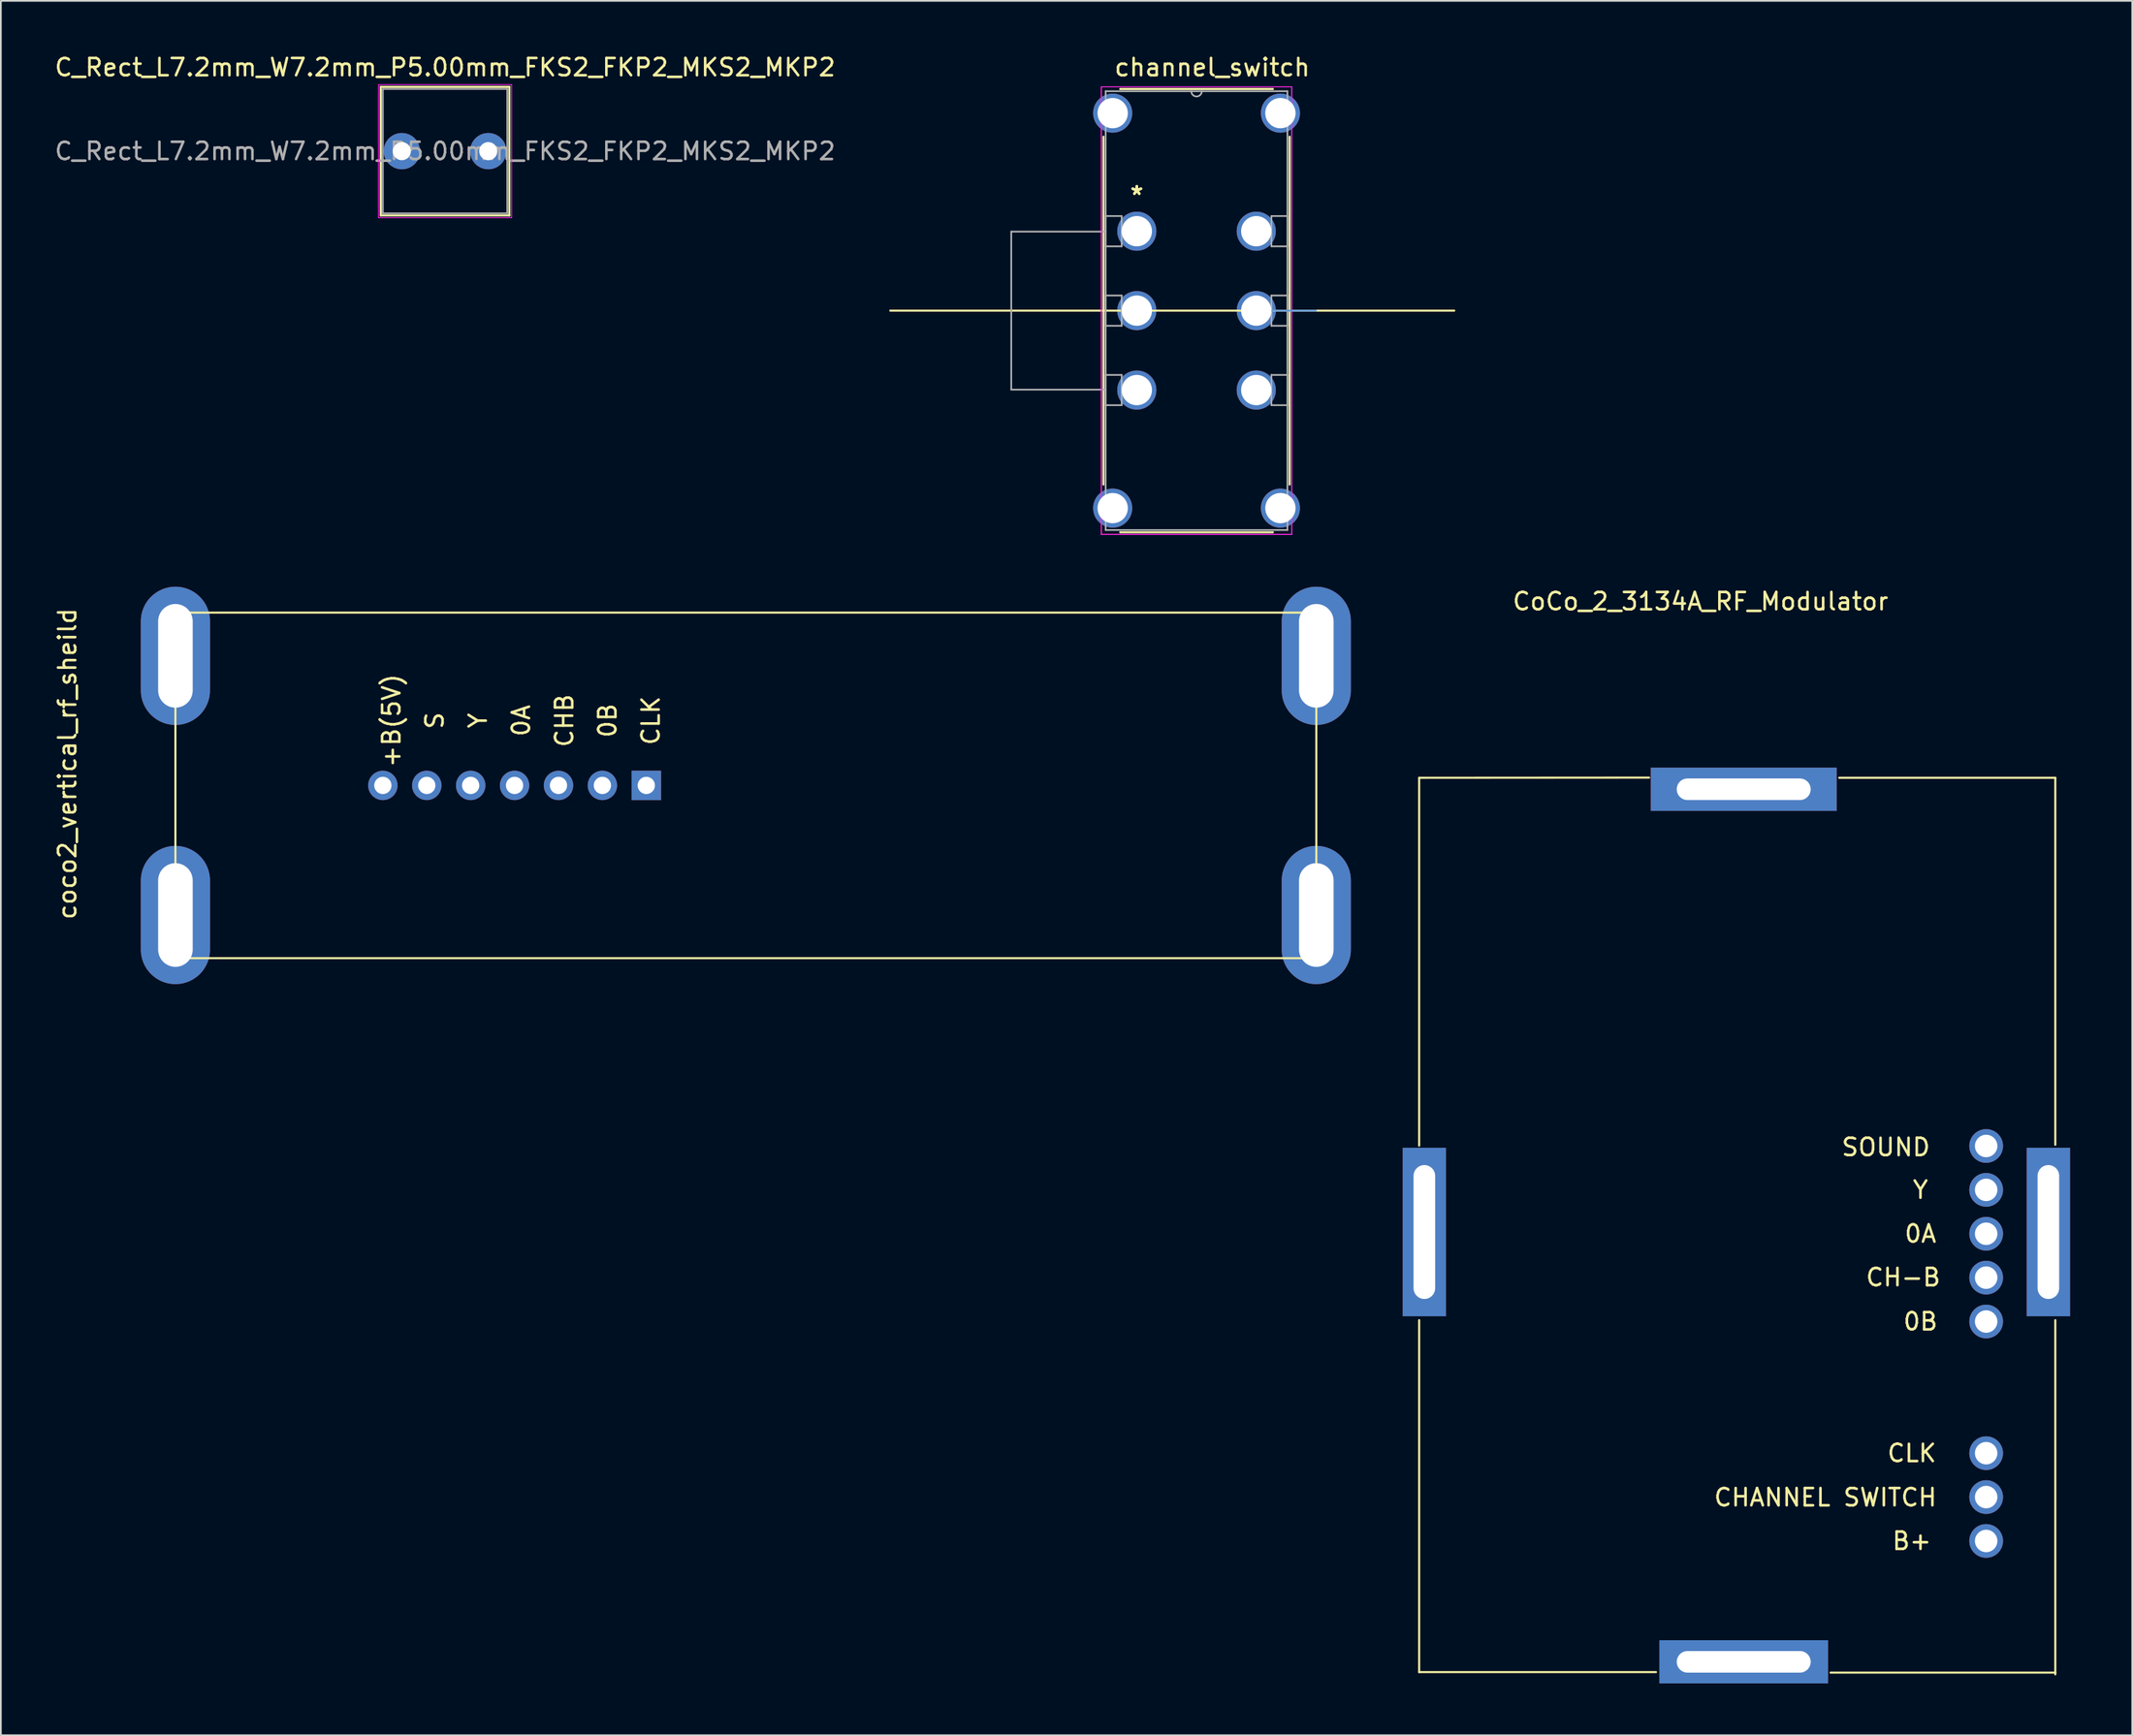
<source format=kicad_pcb>
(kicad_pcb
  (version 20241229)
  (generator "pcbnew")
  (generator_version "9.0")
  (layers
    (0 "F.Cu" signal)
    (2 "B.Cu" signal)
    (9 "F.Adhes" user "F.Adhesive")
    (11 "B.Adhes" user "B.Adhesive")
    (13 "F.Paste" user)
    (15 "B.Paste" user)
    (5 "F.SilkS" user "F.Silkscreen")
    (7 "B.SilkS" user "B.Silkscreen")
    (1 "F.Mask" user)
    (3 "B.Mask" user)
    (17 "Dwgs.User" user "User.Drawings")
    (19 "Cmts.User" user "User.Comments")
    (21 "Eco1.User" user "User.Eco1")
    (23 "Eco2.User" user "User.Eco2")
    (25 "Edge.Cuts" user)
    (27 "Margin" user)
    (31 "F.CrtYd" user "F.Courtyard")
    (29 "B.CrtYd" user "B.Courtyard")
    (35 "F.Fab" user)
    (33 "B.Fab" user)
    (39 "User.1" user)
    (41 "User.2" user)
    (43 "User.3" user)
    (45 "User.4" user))
  (footprint "coco2_vertical_rf_sheild"
    (layer "F.Cu")
    (at 7.098 32.407)
    (property "Reference" "coco2_vertical_rf_sheild" (at -6.25 8.75 90) (layer "F.SilkS") (effects (font (size 1 1) (thickness 0.15))))
    (attr through_hole)
    (fp_line (start 0 0) (end 66 0) (stroke (width 0.12) (type solid)) (layer "F.SilkS"))
    (fp_line (start 0 20) (end 0 0) (stroke (width 0.12) (type solid)) (layer "F.SilkS"))
    (fp_line (start 66 0) (end 66 20) (stroke (width 0.12) (type solid)) (layer "F.SilkS"))
    (fp_line (start 66 20) (end 0 20) (stroke (width 0.12) (type solid)) (layer "F.SilkS"))
    (fp_text user "CLK" (at 27.5 6.25 270) (layer "F.SilkS") (effects (font (size 1 1) (thickness 0.15))))
    (fp_text user "0A" (at 20 6.25 90) (layer "F.SilkS") (effects (font (size 1 1) (thickness 0.15))))
    (fp_text user "+B(5V)" (at 12.5 6.25 90) (layer "F.SilkS") (effects (font (size 1 1) (thickness 0.15))))
    (fp_text user "CHB" (at 22.5 6.25 90) (layer "F.SilkS") (effects (font (size 1 1) (thickness 0.15))))
    (fp_text user "S" (at 15 6.25 90) (layer "F.SilkS") (effects (font (size 1 1) (thickness 0.15))))
    (fp_text user "Y" (at 17.5 6.25 270) (layer "F.SilkS") (effects (font (size 1 1) (thickness 0.15))))
    (fp_text user "0B" (at 25 6.25 270) (layer "F.SilkS") (effects (font (size 1 1) (thickness 0.15))))
    (pad "1" thru_hole rect (at 27.24 10) (size 1.7 1.7) (drill 1) (layers "*.Cu" "*.Mask"))
    (pad "2" thru_hole circle (at 24.7 10) (size 1.7 1.7) (drill 1) (layers "*.Cu" "*.Mask"))
    (pad "3" thru_hole circle (at 22.16 10) (size 1.7 1.7) (drill 1) (layers "*.Cu" "*.Mask"))
    (pad "4" thru_hole circle (at 19.62 10) (size 1.7 1.7) (drill 1) (layers "*.Cu" "*.Mask"))
    (pad "5" thru_hole circle (at 17.08 10) (size 1.7 1.7) (drill 1) (layers "*.Cu" "*.Mask"))
    (pad "6" thru_hole circle (at 14.54 10) (size 1.7 1.7) (drill 1) (layers "*.Cu" "*.Mask"))
    (pad "7" thru_hole circle (at 12 10) (size 1.7 1.7) (drill 1) (layers "*.Cu" "*.Mask"))
    (pad "8" thru_hole oval (at 0 2.5 90) (size 8 4) (drill oval 6 2) (layers "*.Cu" "*.Mask"))
    (pad "8" thru_hole oval (at 0 17.5 90) (size 8 4) (drill oval 6 2) (layers "*.Cu" "*.Mask"))
    (pad "8" thru_hole oval (at 66 2.5 90) (size 8 4) (drill oval 6 2) (layers "*.Cu" "*.Mask"))
    (pad "8" thru_hole oval (at 66 17.5 90) (size 8 4) (drill oval 6 2) (layers "*.Cu" "*.Mask")))
  (footprint "channel_switch"
    (layer "F.Cu")
    (at 62.715 10.331)
    (property "Reference" "channel_switch" (at 4.363 -9.483 0) (layer "F.SilkS") (effects (font (size 1 1) (thickness 0.15))))
    (attr through_hole)
    (fp_line (start -14.262 4.597) (end 18.363 4.597) (stroke (width 0.12) (type solid)) (layer "F.SilkS"))
    (fp_line (start -1.93 -5.47) (end -1.93 14.665) (stroke (width 0.12) (type solid)) (layer "F.SilkS"))
    (fp_line (start -0.962 17.424) (end 7.871 17.424) (stroke (width 0.12) (type solid)) (layer "F.SilkS"))
    (fp_line (start 7.871 -8.23) (end -0.962 -8.23) (stroke (width 0.12) (type solid)) (layer "F.SilkS"))
    (fp_line (start 8.839 14.665) (end 8.839 -5.47) (stroke (width 0.12) (type solid)) (layer "F.SilkS"))
    (fp_line (start 6.909 4.597) (end 10.363 4.597) (stroke (width 0.1) (type solid)) (layer "Cmts.User"))
    (fp_line (start -2.057 -8.357) (end -2.057 17.551) (stroke (width 0.05) (type solid)) (layer "F.CrtYd"))
    (fp_line (start -2.057 -8.357) (end 8.966 -8.357) (stroke (width 0.05) (type solid)) (layer "F.CrtYd"))
    (fp_line (start -2.057 17.551) (end -2.057 -8.357) (stroke (width 0.05) (type solid)) (layer "F.CrtYd"))
    (fp_line (start -2.057 17.551) (end 8.966 17.551) (stroke (width 0.05) (type solid)) (layer "F.CrtYd"))
    (fp_line (start 8.966 -8.357) (end -2.057 -8.357) (stroke (width 0.05) (type solid)) (layer "F.CrtYd"))
    (fp_line (start 8.966 -8.357) (end 8.966 17.551) (stroke (width 0.05) (type solid)) (layer "F.CrtYd"))
    (fp_line (start 8.966 17.551) (end -2.057 17.551) (stroke (width 0.05) (type solid)) (layer "F.CrtYd"))
    (fp_line (start 8.966 17.551) (end 8.966 -8.357) (stroke (width 0.05) (type solid)) (layer "F.CrtYd"))
    (fp_line (start -7.264 9.169) (end -7.264 0.025) (stroke (width 0.1) (type solid)) (layer "F.Fab"))
    (fp_line (start -1.803 -8.103) (end -1.803 17.297) (stroke (width 0.1) (type solid)) (layer "F.Fab"))
    (fp_line (start -1.803 -0.876) (end -0.876 -0.876) (stroke (width 0.1) (type solid)) (layer "F.Fab"))
    (fp_line (start -1.803 0.025) (end -7.264 0.025) (stroke (width 0.1) (type solid)) (layer "F.Fab"))
    (fp_line (start -1.803 0.876) (end -1.803 -0.876) (stroke (width 0.1) (type solid)) (layer "F.Fab"))
    (fp_line (start -1.803 3.721) (end -0.876 3.721) (stroke (width 0.1) (type solid)) (layer "F.Fab"))
    (fp_line (start -1.803 5.474) (end -1.803 3.721) (stroke (width 0.1) (type solid)) (layer "F.Fab"))
    (fp_line (start -1.803 8.319) (end -0.876 8.319) (stroke (width 0.1) (type solid)) (layer "F.Fab"))
    (fp_line (start -1.803 9.169) (end -7.264 9.169) (stroke (width 0.1) (type solid)) (layer "F.Fab"))
    (fp_line (start -1.803 10.071) (end -1.803 8.319) (stroke (width 0.1) (type solid)) (layer "F.Fab"))
    (fp_line (start -1.803 17.297) (end 8.712 17.297) (stroke (width 0.1) (type solid)) (layer "F.Fab"))
    (fp_line (start -0.876 -0.876) (end -0.876 0.876) (stroke (width 0.1) (type solid)) (layer "F.Fab"))
    (fp_line (start -0.876 0.876) (end -1.803 0.876) (stroke (width 0.1) (type solid)) (layer "F.Fab"))
    (fp_line (start -0.876 3.721) (end -0.876 5.474) (stroke (width 0.1) (type solid)) (layer "F.Fab"))
    (fp_line (start -0.876 5.474) (end -1.803 5.474) (stroke (width 0.1) (type solid)) (layer "F.Fab"))
    (fp_line (start -0.876 8.319) (end -0.876 10.071) (stroke (width 0.1) (type solid)) (layer "F.Fab"))
    (fp_line (start -0.876 10.071) (end -1.803 10.071) (stroke (width 0.1) (type solid)) (layer "F.Fab"))
    (fp_line (start 7.785 -0.876) (end 8.712 -0.876) (stroke (width 0.1) (type solid)) (layer "F.Fab"))
    (fp_line (start 7.785 0.876) (end 7.785 -0.876) (stroke (width 0.1) (type solid)) (layer "F.Fab"))
    (fp_line (start 7.785 3.721) (end 8.712 3.721) (stroke (width 0.1) (type solid)) (layer "F.Fab"))
    (fp_line (start 7.785 5.474) (end 7.785 3.721) (stroke (width 0.1) (type solid)) (layer "F.Fab"))
    (fp_line (start 7.785 8.319) (end 8.712 8.319) (stroke (width 0.1) (type solid)) (layer "F.Fab"))
    (fp_line (start 7.785 10.071) (end 7.785 8.319) (stroke (width 0.1) (type solid)) (layer "F.Fab"))
    (fp_line (start 8.712 -8.103) (end -1.803 -8.103) (stroke (width 0.1) (type solid)) (layer "F.Fab"))
    (fp_line (start 8.712 -0.876) (end 8.712 0.876) (stroke (width 0.1) (type solid)) (layer "F.Fab"))
    (fp_line (start 8.712 0.876) (end 7.785 0.876) (stroke (width 0.1) (type solid)) (layer "F.Fab"))
    (fp_line (start 8.712 3.721) (end 8.712 5.474) (stroke (width 0.1) (type solid)) (layer "F.Fab"))
    (fp_line (start 8.712 5.474) (end 7.785 5.474) (stroke (width 0.1) (type solid)) (layer "F.Fab"))
    (fp_line (start 8.712 8.319) (end 8.712 10.071) (stroke (width 0.1) (type solid)) (layer "F.Fab"))
    (fp_line (start 8.712 10.071) (end 7.785 10.071) (stroke (width 0.1) (type solid)) (layer "F.Fab"))
    (fp_line (start 8.712 17.297) (end 8.712 -8.103) (stroke (width 0.1) (type solid)) (layer "F.Fab"))
    (fp_arc (start 3.7592 -8.1026) (mid 3.4544 -7.7978) (end 3.1496 -8.1026) (stroke (width 0.1) (type solid)) (layer "F.Fab"))
    (fp_text user "*" (at 0 -2.057 0) (layer "F.SilkS") (effects (font (size 1 1) (thickness 0.15))))
    (fp_text user "*" (at 0 -2.057 0) (layer "F.SilkS") (effects (font (size 1 1) (thickness 0.15))))
    (fp_text user "*" (at -0.254 0 0) (layer "F.Fab") (effects (font (size 1 1) (thickness 0.15))))
    (fp_text user "*" (at -0.254 0 0) (layer "F.Fab") (effects (font (size 1 1) (thickness 0.15))))
    (pad "1" thru_hole circle (at 0 0) (size 2.261 2.261) (drill 1.753) (layers "*.Cu" "*.Mask"))
    (pad "2" thru_hole circle (at 0 4.597) (size 2.261 2.261) (drill 1.753) (layers "*.Cu" "*.Mask"))
    (pad "3" thru_hole circle (at 0 9.195) (size 2.261 2.261) (drill 1.753) (layers "*.Cu" "*.Mask"))
    (pad "4" thru_hole circle (at 6.909 9.195) (size 2.261 2.261) (drill 1.753) (layers "*.Cu" "*.Mask"))
    (pad "5" thru_hole circle (at 6.909 4.597) (size 2.261 2.261) (drill 1.753) (layers "*.Cu" "*.Mask"))
    (pad "6" thru_hole circle (at 6.909 0) (size 2.261 2.261) (drill 1.753) (layers "*.Cu" "*.Mask"))
    (pad "7" thru_hole circle (at -1.397 -6.833) (size 2.261 2.261) (drill 1.753) (layers "*.Cu" "*.Mask"))
    (pad "8" thru_hole circle (at 8.306 -6.833) (size 2.261 2.261) (drill 1.753) (layers "*.Cu" "*.Mask"))
    (pad "9" thru_hole circle (at -1.397 16.027) (size 2.261 2.261) (drill 1.753) (layers "*.Cu" "*.Mask"))
    (pad "10" thru_hole circle (at 8.306 16.027) (size 2.261 2.261) (drill 1.753) (layers "*.Cu" "*.Mask")))
  (footprint "CoCo_2_3134A_RF_Modulator"
    (layer "F.Cu")
    (at 117.048 39.755)
    (property "Reference" "CoCo_2_3134A_RF_Modulator" (at -21.725 -8 0) (layer "F.SilkS") (effects (font (size 1 1) (thickness 0.15))))
    (attr through_hole)
    (fp_line (start -38 2.21) (end -24.7 2.2) (stroke (width 0.12) (type solid)) (layer "F.SilkS"))
    (fp_line (start -38 23.5) (end -38 2.21) (stroke (width 0.12) (type solid)) (layer "F.SilkS"))
    (fp_line (start -38 53.97) (end -38 33.6) (stroke (width 0.12) (type solid)) (layer "F.SilkS"))
    (fp_line (start -24.3 53.97) (end -38 53.97) (stroke (width 0.12) (type solid)) (layer "F.SilkS"))
    (fp_line (start -13.7 2.21) (end -1.2 2.21) (stroke (width 0.12) (type solid)) (layer "F.SilkS"))
    (fp_line (start -1.2 2.21) (end -1.2 23.45) (stroke (width 0.12) (type solid)) (layer "F.SilkS"))
    (fp_line (start -1.2 54) (end -14.2 54) (stroke (width 0.12) (type solid)) (layer "F.SilkS"))
    (fp_line (start -1.2 54.1) (end -1.2 33.6) (stroke (width 0.12) (type solid)) (layer "F.SilkS"))
    (fp_text user "0B" (at -9 33.68 0) (layer "F.SilkS") (effects (font (size 1 1) (thickness 0.15))))
    (fp_text user "B+" (at -9.5 46.38 0) (layer "F.SilkS") (effects (font (size 1 1) (thickness 0.15))))
    (fp_text user "Y" (at -9 26.06 0) (layer "F.SilkS") (effects (font (size 1 1) (thickness 0.15))))
    (fp_text user "CLK" (at -9.5 41.3 0) (layer "F.SilkS") (effects (font (size 1 1) (thickness 0.15))))
    (fp_text user "SOUND" (at -11 23.59 0) (layer "F.SilkS") (effects (font (size 1 1) (thickness 0.15))))
    (fp_text user "0A" (at -9 28.6 0) (layer "F.SilkS") (effects (font (size 1 1) (thickness 0.15))))
    (fp_text user "CH-B" (at -10 31.12 0) (layer "F.SilkS") (effects (font (size 1 1) (thickness 0.15))))
    (fp_text user "CHANNEL SWITCH" (at -14.5 43.86 0) (layer "F.SilkS") (effects (font (size 1 1) (thickness 0.15))))
    (pad "1" thru_hole circle (at -5.2 46.38) (size 1.95 1.95) (drill 1.3) (layers "*.Cu" "*.Mask"))
    (pad "2" thru_hole circle (at -5.2 43.84) (size 1.95 1.95) (drill 1.3) (layers "*.Cu" "*.Mask"))
    (pad "3" thru_hole circle (at -5.2 41.3) (size 1.95 1.95) (drill 1.3) (layers "*.Cu" "*.Mask"))
    (pad "4" thru_hole circle (at -5.2 33.68) (size 1.95 1.95) (drill 1.3) (layers "*.Cu" "*.Mask"))
    (pad "5" thru_hole circle (at -5.2 31.14) (size 1.95 1.95) (drill 1.3) (layers "*.Cu" "*.Mask"))
    (pad "6" thru_hole circle (at -5.2 28.6) (size 1.95 1.95) (drill 1.3) (layers "*.Cu" "*.Mask"))
    (pad "7" thru_hole circle (at -5.2 26.06) (size 1.95 1.95) (drill 1.3) (layers "*.Cu" "*.Mask"))
    (pad "8" thru_hole circle (at -5.2 23.52) (size 1.95 1.95) (drill 1.3) (layers "*.Cu" "*.Mask"))
    (pad "9" thru_hole rect (at -37.7 28.5 90) (size 9.75 2.5) (drill oval 7.75 1.25) (layers "*.Cu" "*.Mask"))
    (pad "9" thru_hole rect (at -19.225 2.875) (size 10.75 2.5) (drill oval 7.75 1.25) (layers "*.Cu" "*.Mask"))
    (pad "9" thru_hole rect (at -19.225 53.375) (size 9.75 2.5) (drill oval 7.75 1.25) (layers "*.Cu" "*.Mask"))
    (pad "9" thru_hole rect (at -1.6 28.5 90) (size 9.75 2.5) (drill oval 7.75 1.25) (layers "*.Cu" "*.Mask")))
  (footprint "C_Rect_L7.2mm_W7.2mm_P5.00mm_FKS2_FKP2_MKS2_MKP2"
    (layer "F.Cu")
    (at 20.196 5.698)
    (property "Reference" "C_Rect_L7.2mm_W7.2mm_P5.00mm_FKS2_FKP2_MKS2_MKP2" (at 2.5 -4.85 0) (layer "F.SilkS") (effects (font (size 1 1) (thickness 0.15))))
    (attr through_hole)
    (fp_line (start -1.22 -3.72) (end -1.22 3.72) (stroke (width 0.12) (type solid)) (layer "F.SilkS"))
    (fp_line (start -1.22 -3.72) (end 6.22 -3.72) (stroke (width 0.12) (type solid)) (layer "F.SilkS"))
    (fp_line (start -1.22 3.72) (end 6.22 3.72) (stroke (width 0.12) (type solid)) (layer "F.SilkS"))
    (fp_line (start 6.22 -3.72) (end 6.22 3.72) (stroke (width 0.12) (type solid)) (layer "F.SilkS"))
    (fp_line (start -1.35 -3.85) (end -1.35 3.85) (stroke (width 0.05) (type solid)) (layer "F.CrtYd"))
    (fp_line (start -1.35 3.85) (end 6.35 3.85) (stroke (width 0.05) (type solid)) (layer "F.CrtYd"))
    (fp_line (start 6.35 -3.85) (end -1.35 -3.85) (stroke (width 0.05) (type solid)) (layer "F.CrtYd"))
    (fp_line (start 6.35 3.85) (end 6.35 -3.85) (stroke (width 0.05) (type solid)) (layer "F.CrtYd"))
    (fp_line (start -1.1 -3.6) (end -1.1 3.6) (stroke (width 0.1) (type solid)) (layer "F.Fab"))
    (fp_line (start -1.1 3.6) (end 6.1 3.6) (stroke (width 0.1) (type solid)) (layer "F.Fab"))
    (fp_line (start 6.1 -3.6) (end -1.1 -3.6) (stroke (width 0.1) (type solid)) (layer "F.Fab"))
    (fp_line (start 6.1 3.6) (end 6.1 -3.6) (stroke (width 0.1) (type solid)) (layer "F.Fab"))
    (fp_text user "${REFERENCE}" (at 2.5 0 0) (layer "F.Fab") (effects (font (size 1 1) (thickness 0.15))))
    (pad "1" thru_hole circle (at 0 0) (size 2.1 2.1) (drill 1.05) (layers "*.Cu" "*.Mask"))
    (pad "2" thru_hole circle (at 5 0) (size 2.1 2.1) (drill 1.05) (layers "*.Cu" "*.Mask")))
  (gr_rect
    (start -3 -3)
    (end 120.298 97.38)
    (stroke (width 0.1) (type default))
    (fill no)
    (layer "Edge.Cuts")))
</source>
